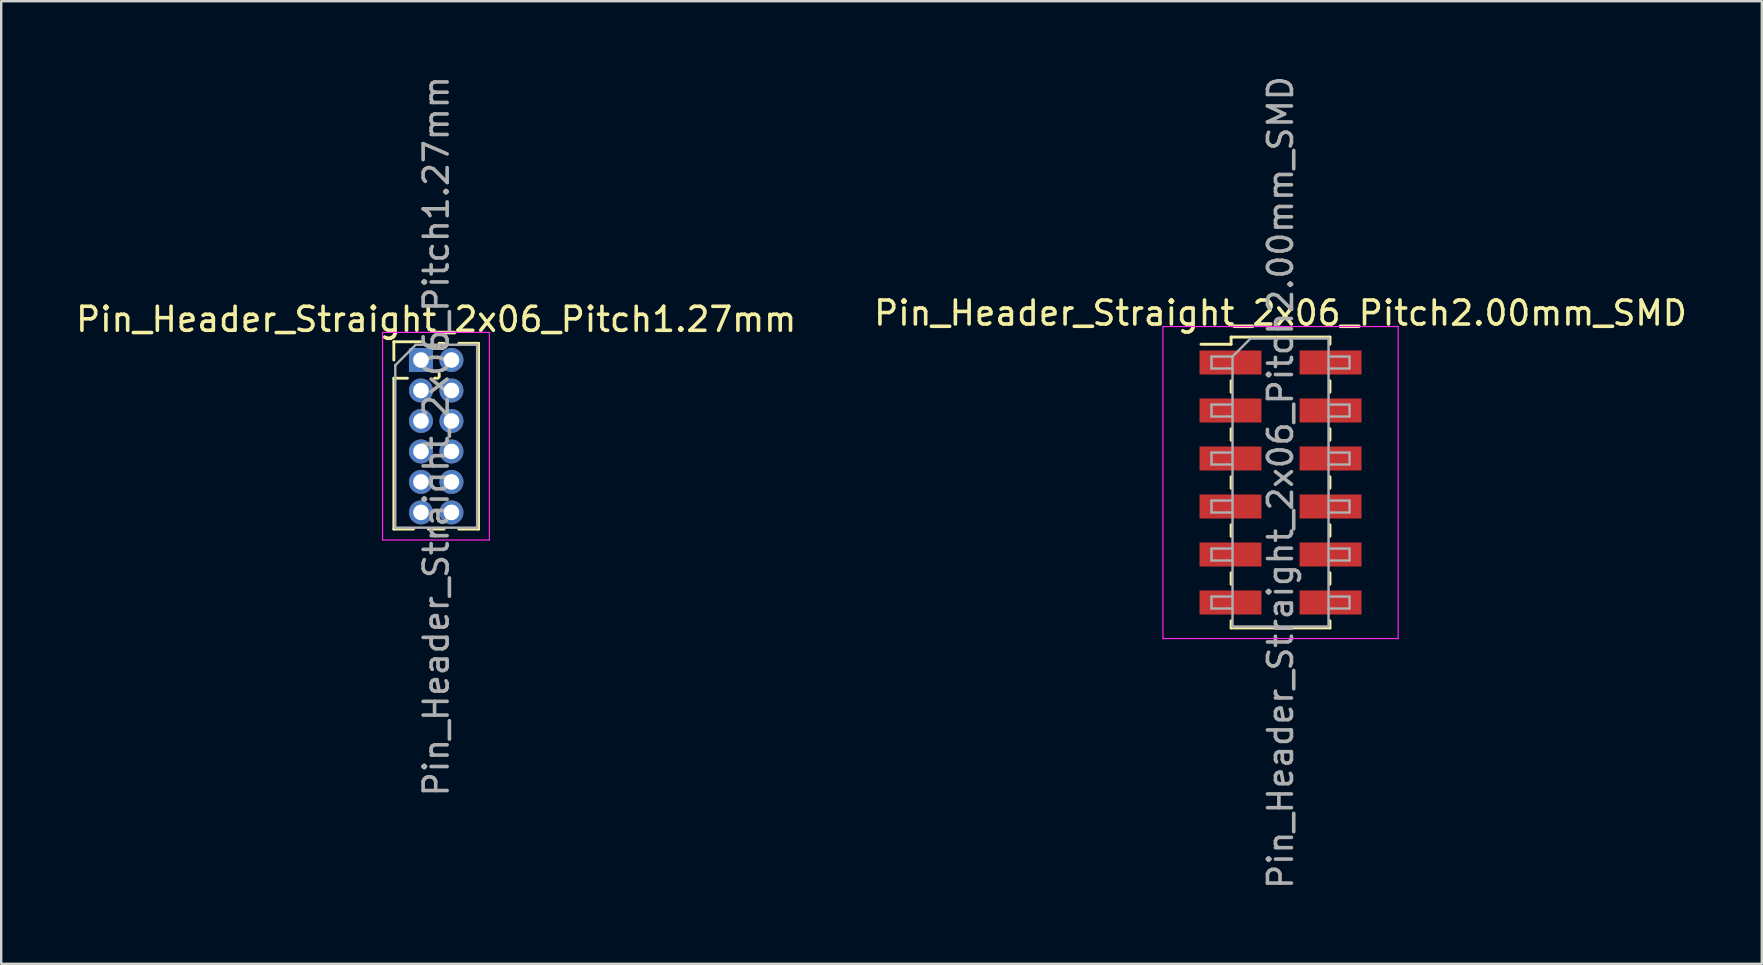
<source format=kicad_pcb>
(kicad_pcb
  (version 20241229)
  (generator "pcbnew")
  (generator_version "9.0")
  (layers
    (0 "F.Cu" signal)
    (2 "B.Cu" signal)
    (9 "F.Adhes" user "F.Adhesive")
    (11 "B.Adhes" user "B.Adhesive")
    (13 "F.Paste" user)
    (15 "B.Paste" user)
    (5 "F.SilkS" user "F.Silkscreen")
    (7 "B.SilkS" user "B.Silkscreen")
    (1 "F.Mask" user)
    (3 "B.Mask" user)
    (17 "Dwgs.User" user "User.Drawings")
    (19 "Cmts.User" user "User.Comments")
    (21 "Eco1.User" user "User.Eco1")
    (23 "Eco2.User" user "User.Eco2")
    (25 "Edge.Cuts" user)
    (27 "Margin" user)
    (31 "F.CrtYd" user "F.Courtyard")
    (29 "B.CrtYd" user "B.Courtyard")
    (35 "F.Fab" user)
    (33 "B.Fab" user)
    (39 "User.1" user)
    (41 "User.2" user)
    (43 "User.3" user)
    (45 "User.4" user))
  (footprint "Pin_Header_Straight_2x06_Pitch1.27mm"
    (layer "F.Cu")
    (at 14.49 11.95)
    (property "Reference" "Pin_Header_Straight_2x06_Pitch1.27mm" (at 0.635 -1.695 0) (layer "F.SilkS") (effects (font (size 1 1) (thickness 0.15))))
    (attr through_hole)
    (fp_line (start -1.13 -0.76) (end 0 -0.76) (stroke (width 0.12) (type solid)) (layer "F.SilkS"))
    (fp_line (start -1.13 0) (end -1.13 -0.76) (stroke (width 0.12) (type solid)) (layer "F.SilkS"))
    (fp_line (start -1.13 0.76) (end -1.13 7.045) (stroke (width 0.12) (type solid)) (layer "F.SilkS"))
    (fp_line (start -1.13 0.76) (end -0.563 0.76) (stroke (width 0.12) (type solid)) (layer "F.SilkS"))
    (fp_line (start -1.13 7.045) (end -0.308 7.045) (stroke (width 0.12) (type solid)) (layer "F.SilkS"))
    (fp_line (start 0.308 7.045) (end 0.962 7.045) (stroke (width 0.12) (type solid)) (layer "F.SilkS"))
    (fp_line (start 0.563 0.76) (end 0.707 0.76) (stroke (width 0.12) (type solid)) (layer "F.SilkS"))
    (fp_line (start 0.76 -0.695) (end 0.962 -0.695) (stroke (width 0.12) (type solid)) (layer "F.SilkS"))
    (fp_line (start 0.76 -0.563) (end 0.76 -0.695) (stroke (width 0.12) (type solid)) (layer "F.SilkS"))
    (fp_line (start 0.76 0.707) (end 0.76 0.563) (stroke (width 0.12) (type solid)) (layer "F.SilkS"))
    (fp_line (start 1.578 -0.695) (end 2.4 -0.695) (stroke (width 0.12) (type solid)) (layer "F.SilkS"))
    (fp_line (start 1.578 7.045) (end 2.4 7.045) (stroke (width 0.12) (type solid)) (layer "F.SilkS"))
    (fp_line (start 2.4 -0.695) (end 2.4 7.045) (stroke (width 0.12) (type solid)) (layer "F.SilkS"))
    (fp_line (start -1.6 -1.15) (end -1.6 7.5) (stroke (width 0.05) (type solid)) (layer "F.CrtYd"))
    (fp_line (start -1.6 7.5) (end 2.85 7.5) (stroke (width 0.05) (type solid)) (layer "F.CrtYd"))
    (fp_line (start 2.85 -1.15) (end -1.6 -1.15) (stroke (width 0.05) (type solid)) (layer "F.CrtYd"))
    (fp_line (start 2.85 7.5) (end 2.85 -1.15) (stroke (width 0.05) (type solid)) (layer "F.CrtYd"))
    (fp_line (start -1.07 0.217) (end -0.217 -0.635) (stroke (width 0.1) (type solid)) (layer "F.Fab"))
    (fp_line (start -1.07 6.985) (end -1.07 0.217) (stroke (width 0.1) (type solid)) (layer "F.Fab"))
    (fp_line (start -0.217 -0.635) (end 2.34 -0.635) (stroke (width 0.1) (type solid)) (layer "F.Fab"))
    (fp_line (start 2.34 -0.635) (end 2.34 6.985) (stroke (width 0.1) (type solid)) (layer "F.Fab"))
    (fp_line (start 2.34 6.985) (end -1.07 6.985) (stroke (width 0.1) (type solid)) (layer "F.Fab"))
    (fp_text user "${REFERENCE}" (at 0.635 3.175 90) (layer "F.Fab") (effects (font (size 1 1) (thickness 0.15))))
    (pad "1" thru_hole rect (at 0 0) (size 1 1) (drill 0.65) (layers "*.Cu" "*.Mask"))
    (pad "2" thru_hole oval (at 1.27 0) (size 1 1) (drill 0.65) (layers "*.Cu" "*.Mask"))
    (pad "3" thru_hole oval (at 0 1.27) (size 1 1) (drill 0.65) (layers "*.Cu" "*.Mask"))
    (pad "4" thru_hole oval (at 1.27 1.27) (size 1 1) (drill 0.65) (layers "*.Cu" "*.Mask"))
    (pad "5" thru_hole oval (at 0 2.54) (size 1 1) (drill 0.65) (layers "*.Cu" "*.Mask"))
    (pad "6" thru_hole oval (at 1.27 2.54) (size 1 1) (drill 0.65) (layers "*.Cu" "*.Mask"))
    (pad "7" thru_hole oval (at 0 3.81) (size 1 1) (drill 0.65) (layers "*.Cu" "*.Mask"))
    (pad "8" thru_hole oval (at 1.27 3.81) (size 1 1) (drill 0.65) (layers "*.Cu" "*.Mask"))
    (pad "9" thru_hole oval (at 0 5.08) (size 1 1) (drill 0.65) (layers "*.Cu" "*.Mask"))
    (pad "10" thru_hole oval (at 1.27 5.08) (size 1 1) (drill 0.65) (layers "*.Cu" "*.Mask"))
    (pad "11" thru_hole oval (at 0 6.35) (size 1 1) (drill 0.65) (layers "*.Cu" "*.Mask"))
    (pad "12" thru_hole oval (at 1.27 6.35) (size 1 1) (drill 0.65) (layers "*.Cu" "*.Mask")))
  (footprint "Pin_Header_Straight_2x06_Pitch2.00mm_SMD"
    (layer "F.Cu")
    (at 50.304 17.054)
    (property "Reference" "Pin_Header_Straight_2x06_Pitch2.00mm_SMD" (at 0 -7.06 0) (layer "F.SilkS") (effects (font (size 1 1) (thickness 0.15))))
    (attr smd)
    (fp_line (start -3.315 -5.76) (end -2.06 -5.76) (stroke (width 0.12) (type solid)) (layer "F.SilkS"))
    (fp_line (start -2.06 -6.06) (end -2.06 -5.76) (stroke (width 0.12) (type solid)) (layer "F.SilkS"))
    (fp_line (start -2.06 -6.06) (end 2.06 -6.06) (stroke (width 0.12) (type solid)) (layer "F.SilkS"))
    (fp_line (start -2.06 -4.24) (end -2.06 -3.76) (stroke (width 0.12) (type solid)) (layer "F.SilkS"))
    (fp_line (start -2.06 -2.24) (end -2.06 -1.76) (stroke (width 0.12) (type solid)) (layer "F.SilkS"))
    (fp_line (start -2.06 -0.24) (end -2.06 0.24) (stroke (width 0.12) (type solid)) (layer "F.SilkS"))
    (fp_line (start -2.06 1.76) (end -2.06 2.24) (stroke (width 0.12) (type solid)) (layer "F.SilkS"))
    (fp_line (start -2.06 3.76) (end -2.06 4.24) (stroke (width 0.12) (type solid)) (layer "F.SilkS"))
    (fp_line (start -2.06 5.76) (end -2.06 6.06) (stroke (width 0.12) (type solid)) (layer "F.SilkS"))
    (fp_line (start -2.06 6.06) (end 2.06 6.06) (stroke (width 0.12) (type solid)) (layer "F.SilkS"))
    (fp_line (start 2.06 -6.06) (end 2.06 -5.76) (stroke (width 0.12) (type solid)) (layer "F.SilkS"))
    (fp_line (start 2.06 -4.24) (end 2.06 -3.76) (stroke (width 0.12) (type solid)) (layer "F.SilkS"))
    (fp_line (start 2.06 -2.24) (end 2.06 -1.76) (stroke (width 0.12) (type solid)) (layer "F.SilkS"))
    (fp_line (start 2.06 -0.24) (end 2.06 0.24) (stroke (width 0.12) (type solid)) (layer "F.SilkS"))
    (fp_line (start 2.06 1.76) (end 2.06 2.24) (stroke (width 0.12) (type solid)) (layer "F.SilkS"))
    (fp_line (start 2.06 3.76) (end 2.06 4.24) (stroke (width 0.12) (type solid)) (layer "F.SilkS"))
    (fp_line (start 2.06 5.76) (end 2.06 6.06) (stroke (width 0.12) (type solid)) (layer "F.SilkS"))
    (fp_line (start -4.9 -6.5) (end -4.9 6.5) (stroke (width 0.05) (type solid)) (layer "F.CrtYd"))
    (fp_line (start -4.9 6.5) (end 4.9 6.5) (stroke (width 0.05) (type solid)) (layer "F.CrtYd"))
    (fp_line (start 4.9 -6.5) (end -4.9 -6.5) (stroke (width 0.05) (type solid)) (layer "F.CrtYd"))
    (fp_line (start 4.9 6.5) (end 4.9 -6.5) (stroke (width 0.05) (type solid)) (layer "F.CrtYd"))
    (fp_line (start -2.875 -5.25) (end -2.875 -4.75) (stroke (width 0.1) (type solid)) (layer "F.Fab"))
    (fp_line (start -2.875 -4.75) (end -2 -4.75) (stroke (width 0.1) (type solid)) (layer "F.Fab"))
    (fp_line (start -2.875 -3.25) (end -2.875 -2.75) (stroke (width 0.1) (type solid)) (layer "F.Fab"))
    (fp_line (start -2.875 -2.75) (end -2 -2.75) (stroke (width 0.1) (type solid)) (layer "F.Fab"))
    (fp_line (start -2.875 -1.25) (end -2.875 -0.75) (stroke (width 0.1) (type solid)) (layer "F.Fab"))
    (fp_line (start -2.875 -0.75) (end -2 -0.75) (stroke (width 0.1) (type solid)) (layer "F.Fab"))
    (fp_line (start -2.875 0.75) (end -2.875 1.25) (stroke (width 0.1) (type solid)) (layer "F.Fab"))
    (fp_line (start -2.875 1.25) (end -2 1.25) (stroke (width 0.1) (type solid)) (layer "F.Fab"))
    (fp_line (start -2.875 2.75) (end -2.875 3.25) (stroke (width 0.1) (type solid)) (layer "F.Fab"))
    (fp_line (start -2.875 3.25) (end -2 3.25) (stroke (width 0.1) (type solid)) (layer "F.Fab"))
    (fp_line (start -2.875 4.75) (end -2.875 5.25) (stroke (width 0.1) (type solid)) (layer "F.Fab"))
    (fp_line (start -2.875 5.25) (end -2 5.25) (stroke (width 0.1) (type solid)) (layer "F.Fab"))
    (fp_line (start -2 -5.25) (end -2.875 -5.25) (stroke (width 0.1) (type solid)) (layer "F.Fab"))
    (fp_line (start -2 -5.25) (end -1.25 -6) (stroke (width 0.1) (type solid)) (layer "F.Fab"))
    (fp_line (start -2 -3.25) (end -2.875 -3.25) (stroke (width 0.1) (type solid)) (layer "F.Fab"))
    (fp_line (start -2 -1.25) (end -2.875 -1.25) (stroke (width 0.1) (type solid)) (layer "F.Fab"))
    (fp_line (start -2 0.75) (end -2.875 0.75) (stroke (width 0.1) (type solid)) (layer "F.Fab"))
    (fp_line (start -2 2.75) (end -2.875 2.75) (stroke (width 0.1) (type solid)) (layer "F.Fab"))
    (fp_line (start -2 4.75) (end -2.875 4.75) (stroke (width 0.1) (type solid)) (layer "F.Fab"))
    (fp_line (start -2 6) (end -2 -5.25) (stroke (width 0.1) (type solid)) (layer "F.Fab"))
    (fp_line (start -1.25 -6) (end 2 -6) (stroke (width 0.1) (type solid)) (layer "F.Fab"))
    (fp_line (start 2 -6) (end 2 6) (stroke (width 0.1) (type solid)) (layer "F.Fab"))
    (fp_line (start 2 -5.25) (end 2.875 -5.25) (stroke (width 0.1) (type solid)) (layer "F.Fab"))
    (fp_line (start 2 -3.25) (end 2.875 -3.25) (stroke (width 0.1) (type solid)) (layer "F.Fab"))
    (fp_line (start 2 -1.25) (end 2.875 -1.25) (stroke (width 0.1) (type solid)) (layer "F.Fab"))
    (fp_line (start 2 0.75) (end 2.875 0.75) (stroke (width 0.1) (type solid)) (layer "F.Fab"))
    (fp_line (start 2 2.75) (end 2.875 2.75) (stroke (width 0.1) (type solid)) (layer "F.Fab"))
    (fp_line (start 2 4.75) (end 2.875 4.75) (stroke (width 0.1) (type solid)) (layer "F.Fab"))
    (fp_line (start 2 6) (end -2 6) (stroke (width 0.1) (type solid)) (layer "F.Fab"))
    (fp_line (start 2.875 -5.25) (end 2.875 -4.75) (stroke (width 0.1) (type solid)) (layer "F.Fab"))
    (fp_line (start 2.875 -4.75) (end 2 -4.75) (stroke (width 0.1) (type solid)) (layer "F.Fab"))
    (fp_line (start 2.875 -3.25) (end 2.875 -2.75) (stroke (width 0.1) (type solid)) (layer "F.Fab"))
    (fp_line (start 2.875 -2.75) (end 2 -2.75) (stroke (width 0.1) (type solid)) (layer "F.Fab"))
    (fp_line (start 2.875 -1.25) (end 2.875 -0.75) (stroke (width 0.1) (type solid)) (layer "F.Fab"))
    (fp_line (start 2.875 -0.75) (end 2 -0.75) (stroke (width 0.1) (type solid)) (layer "F.Fab"))
    (fp_line (start 2.875 0.75) (end 2.875 1.25) (stroke (width 0.1) (type solid)) (layer "F.Fab"))
    (fp_line (start 2.875 1.25) (end 2 1.25) (stroke (width 0.1) (type solid)) (layer "F.Fab"))
    (fp_line (start 2.875 2.75) (end 2.875 3.25) (stroke (width 0.1) (type solid)) (layer "F.Fab"))
    (fp_line (start 2.875 3.25) (end 2 3.25) (stroke (width 0.1) (type solid)) (layer "F.Fab"))
    (fp_line (start 2.875 4.75) (end 2.875 5.25) (stroke (width 0.1) (type solid)) (layer "F.Fab"))
    (fp_line (start 2.875 5.25) (end 2 5.25) (stroke (width 0.1) (type solid)) (layer "F.Fab"))
    (fp_text user "${REFERENCE}" (at 0 0 90) (layer "F.Fab") (effects (font (size 1 1) (thickness 0.15))))
    (pad "1" smd rect (at -2.085 -5) (size 2.58 1) (layers "F.Cu" "F.Mask" "F.Paste"))
    (pad "2" smd rect (at 2.085 -5) (size 2.58 1) (layers "F.Cu" "F.Mask" "F.Paste"))
    (pad "3" smd rect (at -2.085 -3) (size 2.58 1) (layers "F.Cu" "F.Mask" "F.Paste"))
    (pad "4" smd rect (at 2.085 -3) (size 2.58 1) (layers "F.Cu" "F.Mask" "F.Paste"))
    (pad "5" smd rect (at -2.085 -1) (size 2.58 1) (layers "F.Cu" "F.Mask" "F.Paste"))
    (pad "6" smd rect (at 2.085 -1) (size 2.58 1) (layers "F.Cu" "F.Mask" "F.Paste"))
    (pad "7" smd rect (at -2.085 1) (size 2.58 1) (layers "F.Cu" "F.Mask" "F.Paste"))
    (pad "8" smd rect (at 2.085 1) (size 2.58 1) (layers "F.Cu" "F.Mask" "F.Paste"))
    (pad "9" smd rect (at -2.085 3) (size 2.58 1) (layers "F.Cu" "F.Mask" "F.Paste"))
    (pad "10" smd rect (at 2.085 3) (size 2.58 1) (layers "F.Cu" "F.Mask" "F.Paste"))
    (pad "11" smd rect (at -2.085 5) (size 2.58 1) (layers "F.Cu" "F.Mask" "F.Paste"))
    (pad "12" smd rect (at 2.085 5) (size 2.58 1) (layers "F.Cu" "F.Mask" "F.Paste")))
  (gr_rect
    (start -3 -3)
    (end 70.357 37.107)
    (stroke (width 0.1) (type default))
    (fill no)
    (layer "Edge.Cuts")))
</source>
